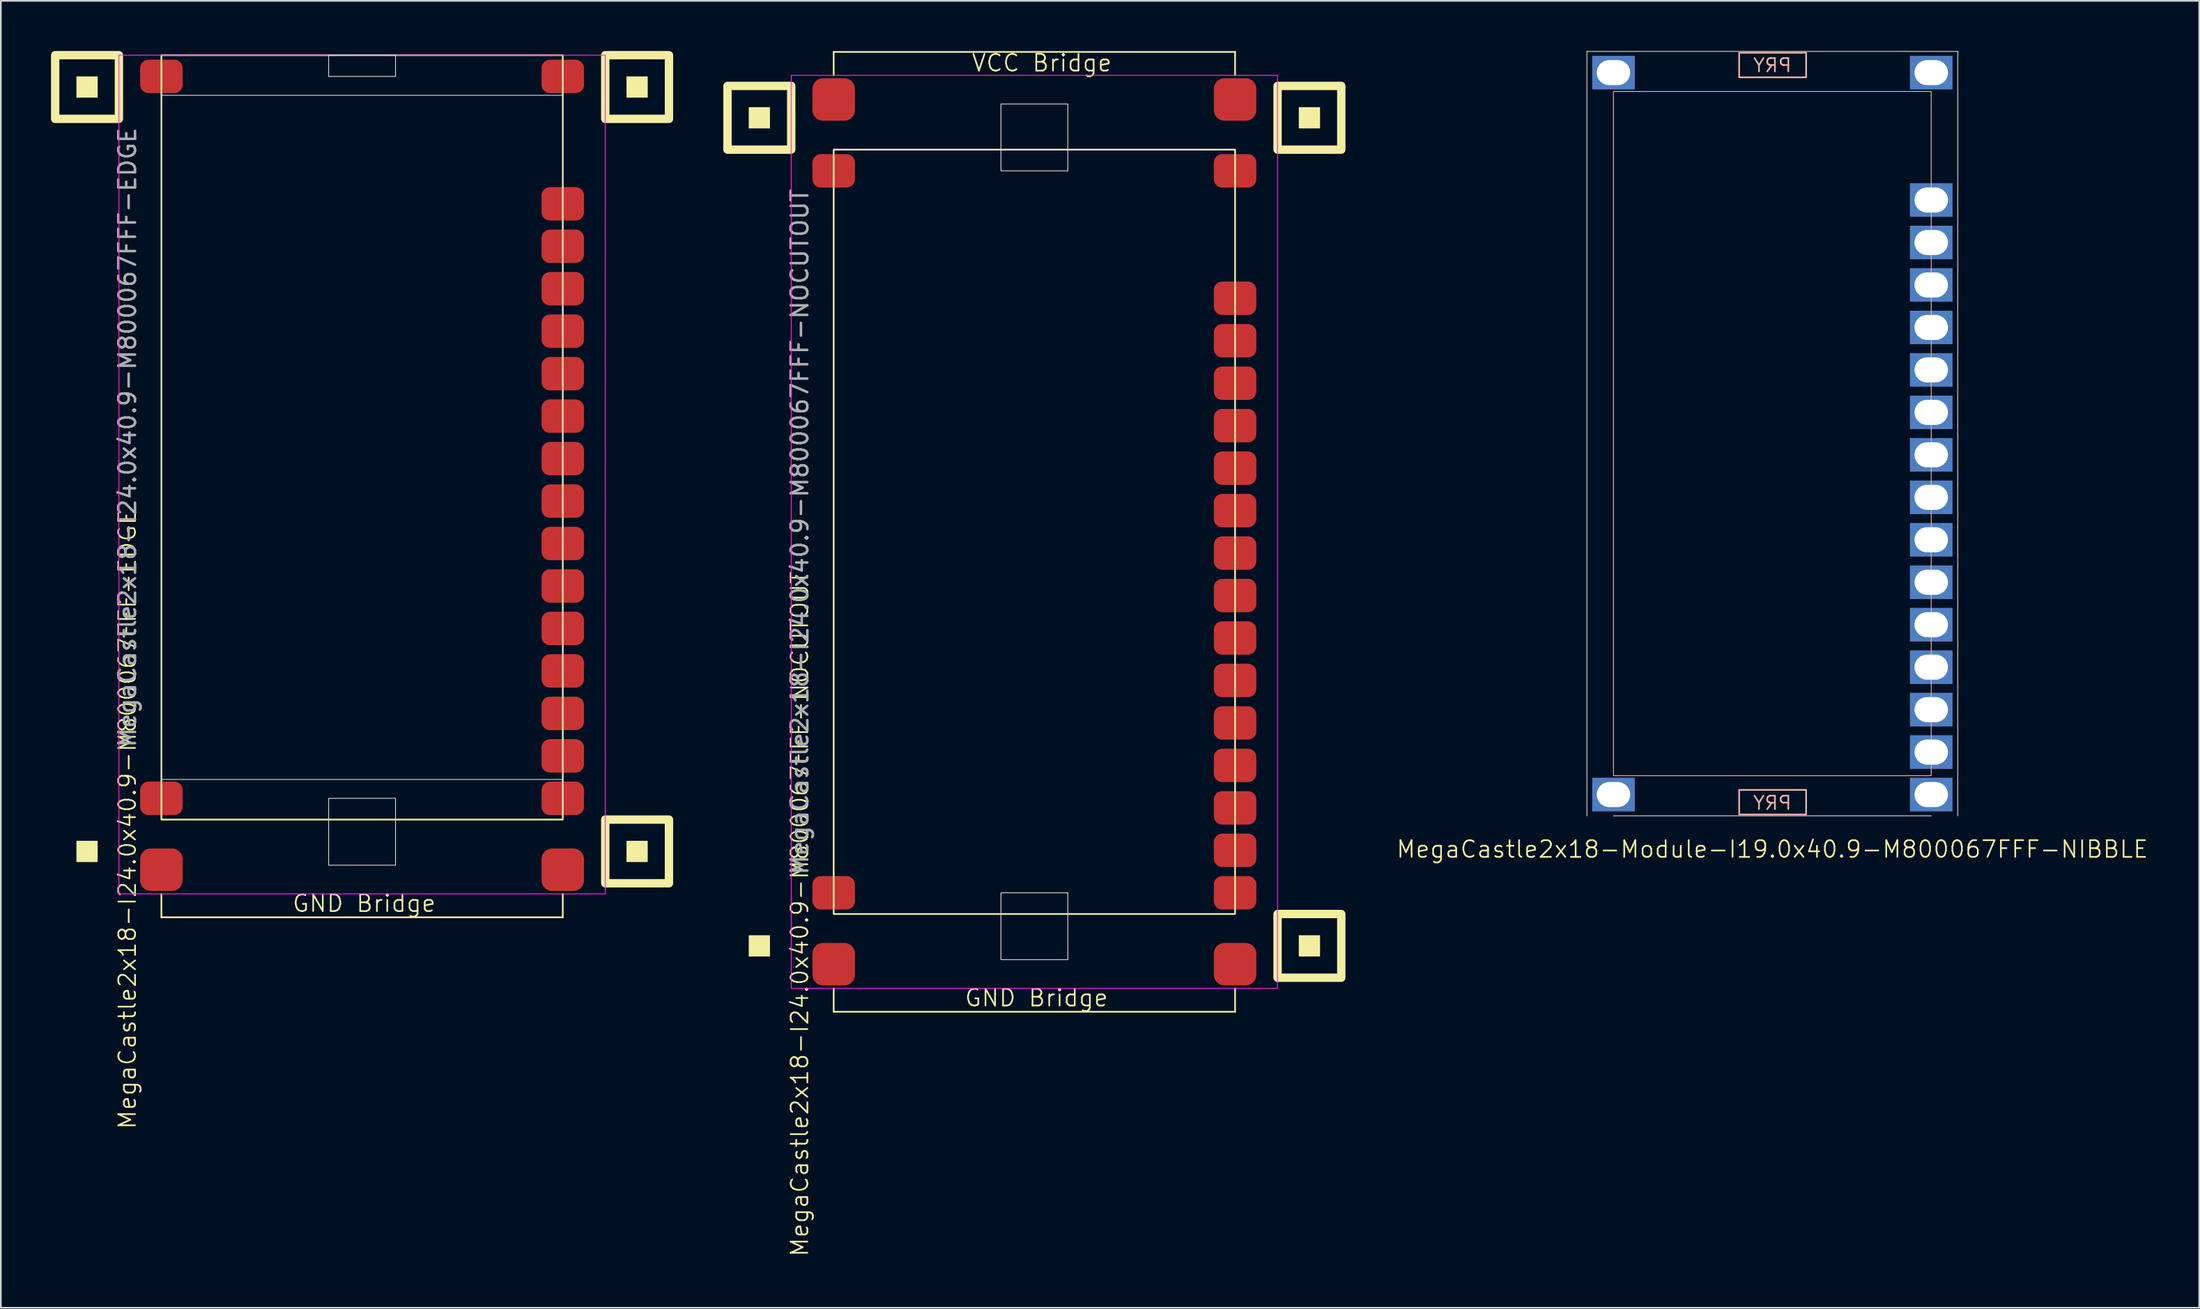
<source format=kicad_pcb>
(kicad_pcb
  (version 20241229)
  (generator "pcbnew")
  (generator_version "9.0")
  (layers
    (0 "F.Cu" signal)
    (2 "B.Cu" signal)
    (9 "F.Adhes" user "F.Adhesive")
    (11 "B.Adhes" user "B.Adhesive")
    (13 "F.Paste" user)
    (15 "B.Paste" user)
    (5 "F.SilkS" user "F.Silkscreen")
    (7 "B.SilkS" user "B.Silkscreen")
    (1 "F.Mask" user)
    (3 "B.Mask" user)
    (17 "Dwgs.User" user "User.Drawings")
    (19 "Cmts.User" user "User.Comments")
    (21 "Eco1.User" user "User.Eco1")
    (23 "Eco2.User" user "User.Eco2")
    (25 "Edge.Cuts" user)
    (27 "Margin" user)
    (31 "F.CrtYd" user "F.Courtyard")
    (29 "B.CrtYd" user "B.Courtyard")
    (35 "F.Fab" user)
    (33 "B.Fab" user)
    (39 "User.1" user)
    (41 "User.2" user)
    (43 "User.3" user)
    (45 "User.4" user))
  (footprint "MegaCastle2x18-Module-I19.0x40.9-M800067FFF-NIBBLE"
    (layer "F.Cu")
    (at 102.926 22.885)
    (property "Reference" "MegaCastle2x18-Module-I19.0x40.9-M800067FFF-NIBBLE" (at 0 24.86 0) (unlocked yes) (layer "F.SilkS") (effects (font (size 1 1) (thickness 0.1))))
    (attr smd)
    (fp_rect (start -9.5 20.46) (end 9.5 -20.46) (stroke (width 0.05) (type default)) (fill no) (layer "B.SilkS"))
    (fp_rect (start -1.984 -21.311) (end 2.02 -22.78) (stroke (width 0.1) (type default)) (fill no) (layer "B.SilkS"))
    (fp_rect (start -1.984 21.311) (end 2.02 22.78) (stroke (width 0.1) (type default)) (fill no) (layer "B.SilkS"))
    (fp_line (start -11.088 -22.86) (end -11.088 22.86) (stroke (width 0.05) (type default)) (layer "Edge.Cuts"))
    (fp_line (start -11.088 -22.86) (end 11.088 -22.86) (stroke (width 0.05) (type default)) (layer "Edge.Cuts"))
    (fp_line (start -9.5 22.86) (end 9.5 22.86) (stroke (width 0.05) (type default)) (layer "Edge.Cuts"))
    (fp_line (start 11.088 -22.86) (end 11.088 22.86) (stroke (width 0.05) (type default)) (layer "Edge.Cuts"))
    (fp_text user "PRY" (at 0 -21.56 0) (unlocked yes) (layer "B.SilkS") (effects (font (size 0.8 0.8) (thickness 0.1)) (justify bottom mirror)))
    (fp_text user "PRY" (at 0 22.56 0) (unlocked yes) (layer "B.SilkS") (effects (font (size 0.8 0.8) (thickness 0.1)) (justify bottom mirror)))
    (pad "1" thru_hole rect (at -9.5 -21.59) (size 2.54 2) (drill oval 2 1.5) (property pad_prop_castellated) (layers "*.Cu" "*.Mask"))
    (pad "18" thru_hole rect (at -9.5 21.59) (size 2.54 2) (drill oval 2 1.5) (property pad_prop_castellated) (layers "*.Cu" "*.Mask"))
    (pad "19" thru_hole rect (at 9.5 -21.59) (size 2.54 2) (drill oval 2 1.5) (property pad_prop_castellated) (layers "*.Cu" "*.Mask"))
    (pad "22" thru_hole rect (at 9.5 -13.97) (size 2.54 2) (drill oval 2 1.5) (property pad_prop_castellated) (layers "*.Cu" "*.Mask"))
    (pad "23" thru_hole rect (at 9.5 -11.43) (size 2.54 2) (drill oval 2 1.5) (property pad_prop_castellated) (layers "*.Cu" "*.Mask"))
    (pad "24" thru_hole rect (at 9.5 -8.89) (size 2.54 2) (drill oval 2 1.5) (property pad_prop_castellated) (layers "*.Cu" "*.Mask"))
    (pad "25" thru_hole rect (at 9.5 -6.35) (size 2.54 2) (drill oval 2 1.5) (property pad_prop_castellated) (layers "*.Cu" "*.Mask"))
    (pad "26" thru_hole rect (at 9.5 -3.81) (size 2.54 2) (drill oval 2 1.5) (property pad_prop_castellated) (layers "*.Cu" "*.Mask"))
    (pad "27" thru_hole rect (at 9.5 -1.27) (size 2.54 2) (drill oval 2 1.5) (property pad_prop_castellated) (layers "*.Cu" "*.Mask"))
    (pad "28" thru_hole rect (at 9.5 1.27) (size 2.54 2) (drill oval 2 1.5) (property pad_prop_castellated) (layers "*.Cu" "*.Mask"))
    (pad "29" thru_hole rect (at 9.5 3.81) (size 2.54 2) (drill oval 2 1.5) (property pad_prop_castellated) (layers "*.Cu" "*.Mask"))
    (pad "30" thru_hole rect (at 9.5 6.35) (size 2.54 2) (drill oval 2 1.5) (property pad_prop_castellated) (layers "*.Cu" "*.Mask"))
    (pad "31" thru_hole rect (at 9.5 8.89) (size 2.54 2) (drill oval 2 1.5) (property pad_prop_castellated) (layers "*.Cu" "*.Mask"))
    (pad "32" thru_hole rect (at 9.5 11.43) (size 2.54 2) (drill oval 2 1.5) (property pad_prop_castellated) (layers "*.Cu" "*.Mask"))
    (pad "33" thru_hole rect (at 9.5 13.97) (size 2.54 2) (drill oval 2 1.5) (property pad_prop_castellated) (layers "*.Cu" "*.Mask"))
    (pad "34" thru_hole rect (at 9.5 16.51) (size 2.54 2) (drill oval 2 1.5) (property pad_prop_castellated) (layers "*.Cu" "*.Mask"))
    (pad "35" thru_hole rect (at 9.5 19.05) (size 2.54 2) (drill oval 2 1.5) (property pad_prop_castellated) (layers "*.Cu" "*.Mask"))
    (pad "36" thru_hole rect (at 9.5 21.59) (size 2.54 2) (drill oval 2 1.5) (property pad_prop_castellated) (layers "*.Cu" "*.Mask"))
    (zone (net_name "") (layer "B.Cu") (hatch edge 0.5) (connect_pads) (min_thickness 0.25) (filled_areas_thickness no) (keepout (tracks allowed) (vias allowed) (pads allowed) (copperpour allowed) (footprints not_allowed)) (placement (enabled no)) (fill) (polygon (pts (xy 93.426 45.745) (xy 93.426 0.025))))
    (zone (net_name "") (layer "B.Cu") (hatch edge 0.5) (connect_pads) (min_thickness 0.25) (filled_areas_thickness no) (keepout (tracks allowed) (vias allowed) (pads allowed) (copperpour allowed) (footprints not_allowed)) (placement (enabled no)) (fill) (polygon (pts (xy 112.426 45.745) (xy 112.426 0.025))))
    (zone (net_name "") (layer "B.Cu") (hatch edge 0.5) (connect_pads) (min_thickness 0.25) (filled_areas_thickness no) (keepout (tracks allowed) (vias allowed) (pads allowed) (copperpour allowed) (footprints not_allowed)) (placement (enabled no)) (fill) (polygon (pts (xy 93.426 0.025) (xy 93.426 2.425) (xy 112.426 2.425) (xy 112.426 0.025))))
    (zone (net_name "") (layer "B.Cu") (hatch edge 0.5) (connect_pads) (min_thickness 0.25) (filled_areas_thickness no) (keepout (tracks allowed) (vias allowed) (pads allowed) (copperpour allowed) (footprints not_allowed)) (placement (enabled no)) (fill) (polygon (pts (xy 93.426 45.745) (xy 93.426 43.345) (xy 112.426 43.345) (xy 112.426 45.745))))
    (zone (net_name "") (layer "B.Cu") (name "Upper Pry Zone") (hatch edge 0.5) (connect_pads) (min_thickness 0.25) (filled_areas_thickness no) (keepout (tracks not_allowed) (vias not_allowed) (pads not_allowed) (copperpour allowed) (footprints not_allowed)) (placement (enabled no)) (fill) (polygon (pts (xy 100.942 1.574) (xy 100.942 0.105) (xy 104.946 0.105) (xy 104.946 1.574))))
    (zone (net_name "") (layer "B.Cu") (name "Upper Pry Zone") (hatch edge 0.5) (connect_pads) (min_thickness 0.25) (filled_areas_thickness no) (keepout (tracks not_allowed) (vias not_allowed) (pads not_allowed) (copperpour allowed) (footprints not_allowed)) (placement (enabled no)) (fill) (polygon (pts (xy 100.942 44.196) (xy 100.942 45.665) (xy 104.946 45.665) (xy 104.946 44.196)))))
  (footprint "MegaCastle2x18-I24.0x40.9-M800067FFF-EDGE"
    (layer "F.Cu")
    (at 18.6 23.11)
    (property "Reference" "MegaCastle2x18-I24.0x40.9-M800067FFF-EDGE" (at -14.032 22.86 90) (unlocked yes) (layer "F.SilkS") (effects (font (size 1 1) (thickness 0.1))))
    (attr smd)
    (fp_line (start -12 27.305) (end -12 28.705) (stroke (width 0.1) (type default)) (layer "F.SilkS"))
    (fp_line (start -12 28.705) (end 12 28.705) (stroke (width 0.1) (type default)) (layer "F.SilkS"))
    (fp_line (start 12 27.305) (end 12 28.705) (stroke (width 0.1) (type default)) (layer "F.SilkS"))
    (fp_rect (start -15.81 -20.32) (end -17.08 -21.59) (stroke (width 0) (type solid)) (fill yes) (layer "F.SilkS"))
    (fp_rect (start -15.81 25.4) (end -17.08 24.13) (stroke (width 0) (type solid)) (fill yes) (layer "F.SilkS"))
    (fp_rect (start -14.54 -19.05) (end -18.35 -22.86) (stroke (width 0.5) (type default)) (fill no) (layer "F.SilkS"))
    (fp_rect (start -12 -22.86) (end 12 22.86) (stroke (width 0.1) (type default)) (fill no) (layer "F.SilkS"))
    (fp_rect (start 17.08 -20.32) (end 15.81 -21.59) (stroke (width 0) (type solid)) (fill yes) (layer "F.SilkS"))
    (fp_rect (start 17.08 25.4) (end 15.81 24.13) (stroke (width 0) (type solid)) (fill yes) (layer "F.SilkS"))
    (fp_rect (start 18.35 -19.05) (end 14.54 -22.86) (stroke (width 0.5) (type default)) (fill no) (layer "F.SilkS"))
    (fp_rect (start 18.35 26.67) (end 14.54 22.86) (stroke (width 0.5) (type default)) (fill no) (layer "F.SilkS"))
    (fp_rect (start -12 -20.46) (end 12 20.46) (stroke (width 0.05) (type default)) (fill no) (layer "Edge.Cuts"))
    (fp_rect (start -2 -21.59) (end 2 -22.86) (stroke (width 0.05) (type default)) (fill no) (layer "Edge.Cuts"))
    (fp_rect (start -2 21.59) (end 2 25.59) (stroke (width 0.05) (type default)) (fill no) (layer "Edge.Cuts"))
    (fp_line (start -14.54 -22.86) (end -14.54 27.305) (stroke (width 0.05) (type default)) (layer "F.CrtYd"))
    (fp_line (start -14.54 27.305) (end 14.54 27.305) (stroke (width 0.05) (type default)) (layer "F.CrtYd"))
    (fp_line (start 14.54 -22.86) (end -14.54 -22.86) (stroke (width 0.05) (type default)) (layer "F.CrtYd"))
    (fp_line (start 14.54 -22.86) (end 14.54 27.305) (stroke (width 0.05) (type default)) (layer "F.CrtYd"))
    (fp_text user "GND Bridge" (at -4.226 28.46 0) (unlocked yes) (layer "F.SilkS") (effects (font (size 1 1) (thickness 0.1)) (justify left bottom)))
    (fp_text user "${REFERENCE}" (at -14.032 0 90) (unlocked yes) (layer "F.Fab") (effects (font (size 1 1) (thickness 0.15))))
    (pad "1" smd roundrect (at -12 -21.59) (size 2.54 2) (layers "F.Cu" "F.Mask" "F.Paste") (roundrect_rratio 0.25))
    (pad "18" smd roundrect (at -12 21.59) (size 2.54 2) (layers "F.Cu" "F.Mask" "F.Paste") (roundrect_rratio 0.25))
    (pad "19" smd roundrect (at 12 -21.59) (size 2.54 2) (layers "F.Cu" "F.Mask" "F.Paste") (roundrect_rratio 0.25))
    (pad "22" smd roundrect (at 12 -13.97) (size 2.54 2) (layers "F.Cu" "F.Mask" "F.Paste") (roundrect_rratio 0.25))
    (pad "23" smd roundrect (at 12 -11.43) (size 2.54 2) (layers "F.Cu" "F.Mask" "F.Paste") (roundrect_rratio 0.25))
    (pad "24" smd roundrect (at 12 -8.89) (size 2.54 2) (layers "F.Cu" "F.Mask" "F.Paste") (roundrect_rratio 0.25))
    (pad "25" smd roundrect (at 12 -6.35) (size 2.54 2) (layers "F.Cu" "F.Mask" "F.Paste") (roundrect_rratio 0.25))
    (pad "26" smd roundrect (at 12 -3.81) (size 2.54 2) (layers "F.Cu" "F.Mask" "F.Paste") (roundrect_rratio 0.25))
    (pad "27" smd roundrect (at 12 -1.27) (size 2.54 2) (layers "F.Cu" "F.Mask" "F.Paste") (roundrect_rratio 0.25))
    (pad "28" smd roundrect (at 12 1.27) (size 2.54 2) (layers "F.Cu" "F.Mask" "F.Paste") (roundrect_rratio 0.25))
    (pad "29" smd roundrect (at 12 3.81) (size 2.54 2) (layers "F.Cu" "F.Mask" "F.Paste") (roundrect_rratio 0.25))
    (pad "30" smd roundrect (at 12 6.35) (size 2.54 2) (layers "F.Cu" "F.Mask" "F.Paste") (roundrect_rratio 0.25))
    (pad "31" smd roundrect (at 12 8.89) (size 2.54 2) (layers "F.Cu" "F.Mask" "F.Paste") (roundrect_rratio 0.25))
    (pad "32" smd roundrect (at 12 11.43) (size 2.54 2) (layers "F.Cu" "F.Mask" "F.Paste") (roundrect_rratio 0.25))
    (pad "33" smd roundrect (at 12 13.97) (size 2.54 2) (layers "F.Cu" "F.Mask" "F.Paste") (roundrect_rratio 0.25))
    (pad "34" smd roundrect (at 12 16.51) (size 2.54 2) (layers "F.Cu" "F.Mask" "F.Paste") (roundrect_rratio 0.25))
    (pad "35" smd roundrect (at 12 19.05) (size 2.54 2) (layers "F.Cu" "F.Mask" "F.Paste") (roundrect_rratio 0.25))
    (pad "36" smd roundrect (at 12 21.59) (size 2.54 2) (layers "F.Cu" "F.Mask" "F.Paste") (roundrect_rratio 0.25))
    (pad "B1" smd roundrect (at -12 25.86) (size 2.54 2.54) (layers "F.Cu" "F.Mask" "F.Paste") (roundrect_rratio 0.25))
    (pad "B2" smd roundrect (at 12 25.86) (size 2.54 2.54) (layers "F.Cu" "F.Mask" "F.Paste") (roundrect_rratio 0.25)))
  (footprint "MegaCastle2x18-I24.0x40.9-M800067FFF-NOCUTOUT"
    (layer "F.Cu")
    (at 58.8 28.76)
    (property "Reference" "MegaCastle2x18-I24.0x40.9-M800067FFF-NOCUTOUT" (at -14.032 22.86 90) (unlocked yes) (layer "F.SilkS") (effects (font (size 1 1) (thickness 0.1))))
    (attr smd)
    (fp_line (start -12 -28.705) (end 12 -28.705) (stroke (width 0.1) (type default)) (layer "F.SilkS"))
    (fp_line (start -12 -27.305) (end -12 -28.705) (stroke (width 0.1) (type default)) (layer "F.SilkS"))
    (fp_line (start -12 27.305) (end -12 28.705) (stroke (width 0.1) (type default)) (layer "F.SilkS"))
    (fp_line (start -12 28.705) (end 12 28.705) (stroke (width 0.1) (type default)) (layer "F.SilkS"))
    (fp_line (start 12 -27.305) (end 12 -28.705) (stroke (width 0.1) (type default)) (layer "F.SilkS"))
    (fp_line (start 12 27.305) (end 12 28.705) (stroke (width 0.1) (type default)) (layer "F.SilkS"))
    (fp_rect (start -15.81 -24.13) (end -17.08 -25.4) (stroke (width 0) (type solid)) (fill yes) (layer "F.SilkS"))
    (fp_rect (start -15.81 25.4) (end -17.08 24.13) (stroke (width 0) (type solid)) (fill yes) (layer "F.SilkS"))
    (fp_rect (start -14.54 -22.86) (end -18.35 -26.67) (stroke (width 0.5) (type default)) (fill no) (layer "F.SilkS"))
    (fp_rect (start -12 -22.86) (end 12 22.86) (stroke (width 0.1) (type default)) (fill no) (layer "F.SilkS"))
    (fp_rect (start 17.08 -24.13) (end 15.81 -25.4) (stroke (width 0) (type solid)) (fill yes) (layer "F.SilkS"))
    (fp_rect (start 17.08 25.4) (end 15.81 24.13) (stroke (width 0) (type solid)) (fill yes) (layer "F.SilkS"))
    (fp_rect (start 18.35 -22.86) (end 14.54 -26.67) (stroke (width 0.5) (type default)) (fill no) (layer "F.SilkS"))
    (fp_rect (start 18.35 26.67) (end 14.54 22.86) (stroke (width 0.5) (type default)) (fill no) (layer "F.SilkS"))
    (fp_rect (start -2 -21.59) (end 2 -25.59) (stroke (width 0.05) (type default)) (fill no) (layer "Edge.Cuts"))
    (fp_rect (start -2 21.59) (end 2 25.59) (stroke (width 0.05) (type default)) (fill no) (layer "Edge.Cuts"))
    (fp_line (start -14.54 -27.305) (end -14.54 27.305) (stroke (width 0.05) (type default)) (layer "F.CrtYd"))
    (fp_line (start -14.54 27.305) (end 14.54 27.305) (stroke (width 0.05) (type default)) (layer "F.CrtYd"))
    (fp_line (start 14.54 -27.305) (end -14.54 -27.305) (stroke (width 0.05) (type default)) (layer "F.CrtYd"))
    (fp_line (start 14.54 -27.305) (end 14.54 27.305) (stroke (width 0.05) (type default)) (layer "F.CrtYd"))
    (fp_text user "GND Bridge" (at -4.226 28.46 0) (unlocked yes) (layer "F.SilkS") (effects (font (size 1 1) (thickness 0.1)) (justify left bottom)))
    (fp_text user "VCC Bridge" (at -3.81 -27.46 0) (unlocked yes) (layer "F.SilkS") (effects (font (size 1 1) (thickness 0.1)) (justify left bottom)))
    (fp_text user "${REFERENCE}" (at -14.032 0 90) (unlocked yes) (layer "F.Fab") (effects (font (size 1 1) (thickness 0.15))))
    (pad "1" smd roundrect (at -12 -21.59) (size 2.54 2) (layers "F.Cu" "F.Mask" "F.Paste") (roundrect_rratio 0.25))
    (pad "18" smd roundrect (at -12 21.59) (size 2.54 2) (layers "F.Cu" "F.Mask" "F.Paste") (roundrect_rratio 0.25))
    (pad "19" smd roundrect (at 12 -21.59) (size 2.54 2) (layers "F.Cu" "F.Mask" "F.Paste") (roundrect_rratio 0.25))
    (pad "22" smd roundrect (at 12 -13.97) (size 2.54 2) (layers "F.Cu" "F.Mask" "F.Paste") (roundrect_rratio 0.25))
    (pad "23" smd roundrect (at 12 -11.43) (size 2.54 2) (layers "F.Cu" "F.Mask" "F.Paste") (roundrect_rratio 0.25))
    (pad "24" smd roundrect (at 12 -8.89) (size 2.54 2) (layers "F.Cu" "F.Mask" "F.Paste") (roundrect_rratio 0.25))
    (pad "25" smd roundrect (at 12 -6.35) (size 2.54 2) (layers "F.Cu" "F.Mask" "F.Paste") (roundrect_rratio 0.25))
    (pad "26" smd roundrect (at 12 -3.81) (size 2.54 2) (layers "F.Cu" "F.Mask" "F.Paste") (roundrect_rratio 0.25))
    (pad "27" smd roundrect (at 12 -1.27) (size 2.54 2) (layers "F.Cu" "F.Mask" "F.Paste") (roundrect_rratio 0.25))
    (pad "28" smd roundrect (at 12 1.27) (size 2.54 2) (layers "F.Cu" "F.Mask" "F.Paste") (roundrect_rratio 0.25))
    (pad "29" smd roundrect (at 12 3.81) (size 2.54 2) (layers "F.Cu" "F.Mask" "F.Paste") (roundrect_rratio 0.25))
    (pad "30" smd roundrect (at 12 6.35) (size 2.54 2) (layers "F.Cu" "F.Mask" "F.Paste") (roundrect_rratio 0.25))
    (pad "31" smd roundrect (at 12 8.89) (size 2.54 2) (layers "F.Cu" "F.Mask" "F.Paste") (roundrect_rratio 0.25))
    (pad "32" smd roundrect (at 12 11.43) (size 2.54 2) (layers "F.Cu" "F.Mask" "F.Paste") (roundrect_rratio 0.25))
    (pad "33" smd roundrect (at 12 13.97) (size 2.54 2) (layers "F.Cu" "F.Mask" "F.Paste") (roundrect_rratio 0.25))
    (pad "34" smd roundrect (at 12 16.51) (size 2.54 2) (layers "F.Cu" "F.Mask" "F.Paste") (roundrect_rratio 0.25))
    (pad "35" smd roundrect (at 12 19.05) (size 2.54 2) (layers "F.Cu" "F.Mask" "F.Paste") (roundrect_rratio 0.25))
    (pad "36" smd roundrect (at 12 21.59) (size 2.54 2) (layers "F.Cu" "F.Mask" "F.Paste") (roundrect_rratio 0.25))
    (pad "A1" smd roundrect (at -12 -25.86) (size 2.54 2.54) (layers "F.Cu" "F.Mask" "F.Paste") (roundrect_rratio 0.25))
    (pad "A2" smd roundrect (at 12 -25.86) (size 2.54 2.54) (layers "F.Cu" "F.Mask" "F.Paste") (roundrect_rratio 0.25))
    (pad "B1" smd roundrect (at -12 25.86) (size 2.54 2.54) (layers "F.Cu" "F.Mask" "F.Paste") (roundrect_rratio 0.25))
    (pad "B2" smd roundrect (at 12 25.86) (size 2.54 2.54) (layers "F.Cu" "F.Mask" "F.Paste") (roundrect_rratio 0.25)))
  (gr_rect
    (start -3 -3)
    (end 128.452 75.17)
    (stroke (width 0.1) (type default))
    (fill no)
    (layer "Edge.Cuts")))
</source>
